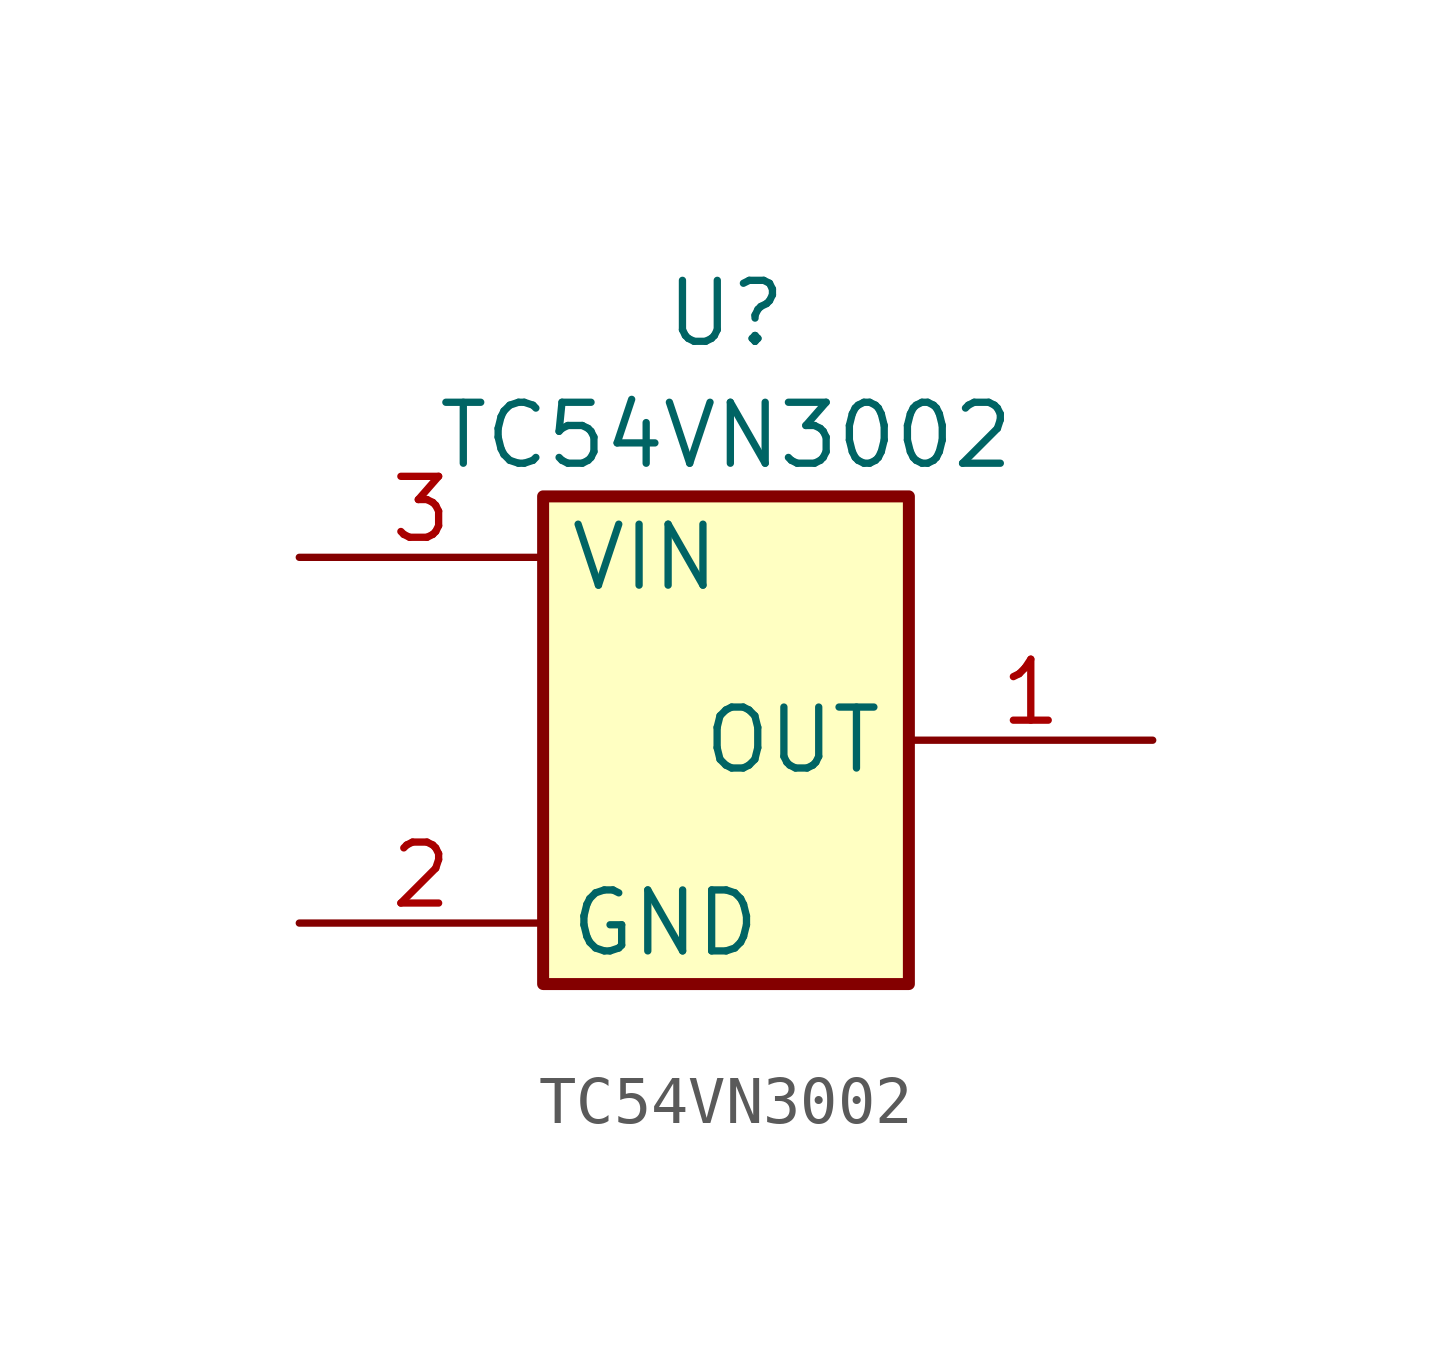
<source format=kicad_sym>
(kicad_symbol_lib
  (version 20220914)
  (generator kicad_symbol_editor)
  (symbol "TC54VN3002"
    (property "Reference" "U"
      (at 0 1.27 0)
      (effects (font (size 1.27 1.27))))
    (property "Value" "TC54VN3002"
      (at 0 -1.27 0)
      (effects (font (size 1.27 1.27))))
    (symbol "TC54VN3002_1_1"
      (rectangle (start -3.81 -2.54) (end 3.81 -12.7) (stroke (width 0.25) (type default)) (fill (type background)))
      (pin output line (at 8.89 -7.62 180) (length 5.08) (name "OUT" (effects (font (size 1.27 1.27)))) (number "1" (effects (font (size 1.27 1.27)))))
      (pin power_out line (at -8.89 -11.43 0) (length 5.08) (name "GND" (effects (font (size 1.27 1.27)))) (number "2" (effects (font (size 1.27 1.27)))))
      (pin power_in line (at -8.89 -3.81 0) (length 5.08) (name "VIN" (effects (font (size 1.27 1.27)))) (number "3" (effects (font (size 1.27 1.27))))))))
</source>
